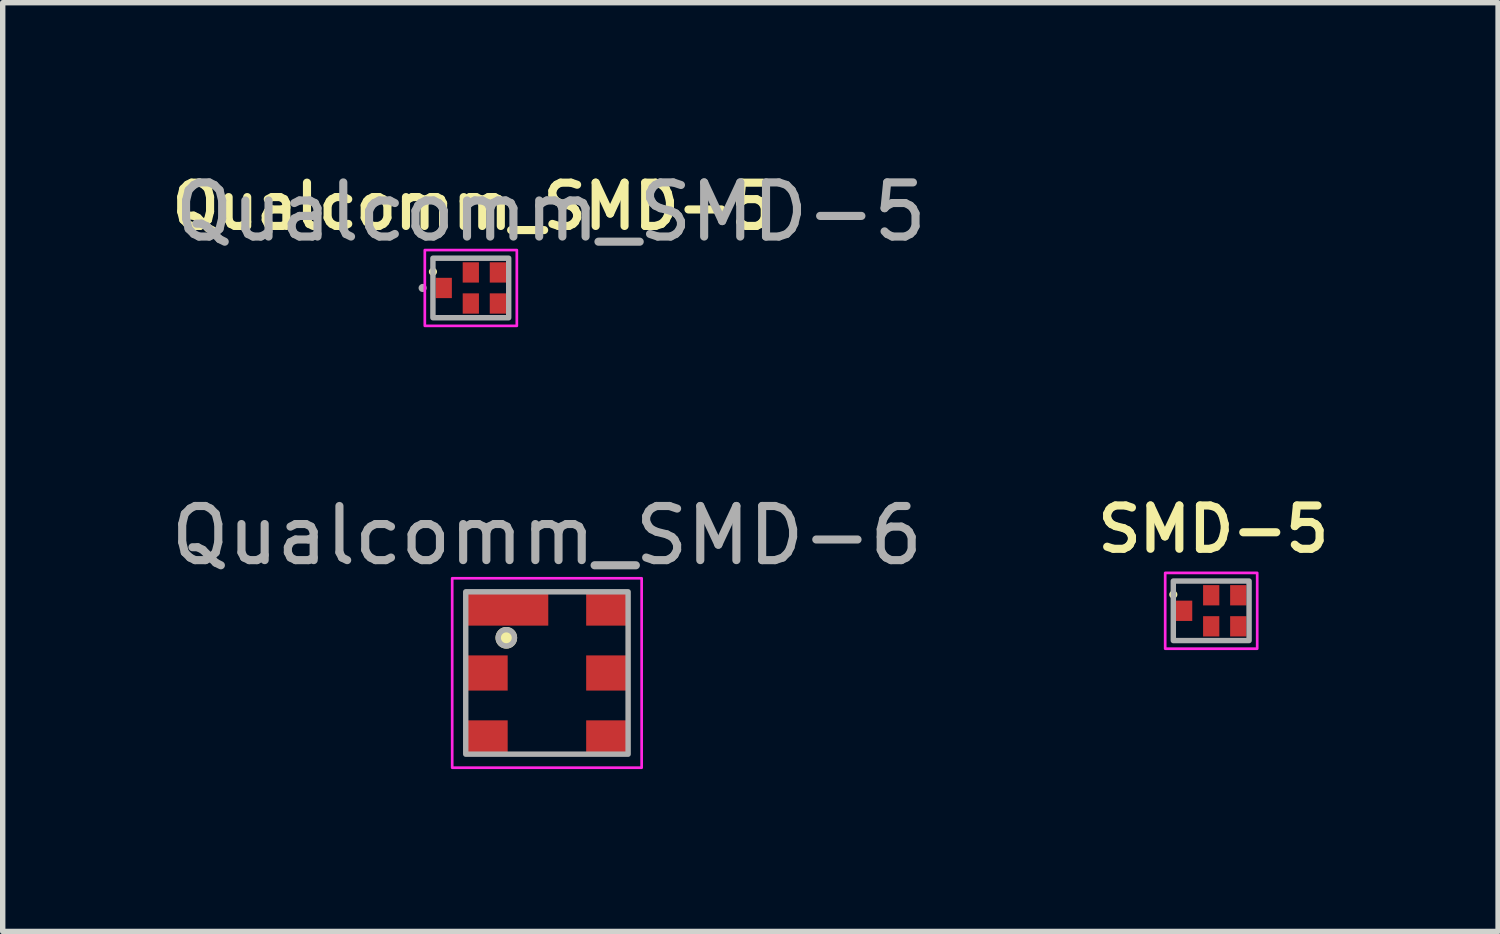
<source format=kicad_pcb>
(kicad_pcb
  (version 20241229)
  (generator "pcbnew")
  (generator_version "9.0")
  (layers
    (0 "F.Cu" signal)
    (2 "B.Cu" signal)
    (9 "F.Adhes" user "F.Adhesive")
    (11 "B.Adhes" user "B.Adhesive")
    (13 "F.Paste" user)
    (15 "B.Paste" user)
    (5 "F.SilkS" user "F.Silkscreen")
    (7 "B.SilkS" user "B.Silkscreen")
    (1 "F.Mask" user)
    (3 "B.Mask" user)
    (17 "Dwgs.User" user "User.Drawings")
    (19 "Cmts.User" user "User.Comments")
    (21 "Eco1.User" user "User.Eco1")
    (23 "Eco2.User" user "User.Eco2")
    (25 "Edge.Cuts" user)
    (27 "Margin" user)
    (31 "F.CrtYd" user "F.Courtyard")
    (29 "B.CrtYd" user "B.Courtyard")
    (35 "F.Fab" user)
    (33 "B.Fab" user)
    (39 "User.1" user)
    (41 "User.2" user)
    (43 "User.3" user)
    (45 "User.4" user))
  (footprint "SMD-5"
    (layer "F.Cu")
    (at 19.326 8.234)
    (property "Reference" "SMD-5" (at 0.04 -1.508 0) (layer "F.SilkS") (effects (font (size 0.8 0.8) (thickness 0.15))))
    (attr smd)
    (fp_line (start -0.7 -0.3) (end -0.7 -0.3) (stroke (width 0.15) (type default)) (layer "F.SilkS"))
    (fp_poly (pts (xy 0.85 -0.7) (xy -0.85 -0.7) (xy -0.85 0.7) (xy 0.85 0.7)) (stroke (width 0.05) (type solid)) (fill no) (layer "F.CrtYd"))
    (fp_poly (pts (xy -0.7 0.55) (xy -0.7 -0.55) (xy 0.7 -0.55) (xy 0.7 0.55)) (stroke (width 0.1) (type solid)) (fill no) (layer "F.Fab"))
    (pad "1" smd rect (at -0.5 0) (size 0.3 0.375) (layers "F.Cu" "F.Mask" "F.Paste"))
    (pad "2" smd rect (at 0 0.287) (size 0.3 0.375) (layers "F.Cu" "F.Mask" "F.Paste"))
    (pad "3" smd rect (at 0.5 0.287) (size 0.3 0.375) (layers "F.Cu" "F.Mask" "F.Paste"))
    (pad "4" smd rect (at 0.5 -0.287) (size 0.3 0.375) (layers "F.Cu" "F.Mask" "F.Paste"))
    (pad "5" smd rect (at 0 -0.287) (size 0.3 0.375) (layers "F.Cu" "F.Mask" "F.Paste")))
  (footprint "Qualcomm_SMD-6"
    (layer "F.Cu")
    (at 7.054 9.383)
    (property "Reference" "Qualcomm_SMD-6" (at 0 -2.54 0) (unlocked yes) (layer "F.SilkS") (effects (font (size 1 1) (thickness 0.1))))
    (attr smd)
    (fp_circle (center -0.75 -0.65) (end -0.6 -0.65) (stroke (width 0.1) (type solid)) (fill yes) (layer "F.SilkS"))
    (fp_rect (start -1.75 -1.75) (end 1.75 1.75) (stroke (width 0.05) (type default)) (fill no) (layer "F.CrtYd"))
    (fp_rect (start -1.5 -1.5) (end 1.5 1.5) (stroke (width 0.1) (type default)) (fill no) (layer "F.Fab"))
    (fp_circle (center -0.75 -0.65) (end -0.6 -0.65) (stroke (width 0.1) (type solid)) (fill no) (layer "F.Fab"))
    (fp_text user "${REFERENCE}" (at 0 -2.54 0) (unlocked yes) (layer "F.Fab") (effects (font (size 1 1) (thickness 0.15))))
    (pad "1" smd rect (at -0.75 -1.2) (size 1.55 0.65) (layers "F.Cu" "F.Mask" "F.Paste"))
    (pad "2" smd rect (at -1.125 0) (size 0.8 0.65) (layers "F.Cu" "F.Mask" "F.Paste"))
    (pad "3" smd rect (at -1.125 1.2) (size 0.8 0.65) (layers "F.Cu" "F.Mask" "F.Paste"))
    (pad "4" smd rect (at 1.125 1.2) (size 0.8 0.65) (layers "F.Cu" "F.Mask" "F.Paste"))
    (pad "5" smd rect (at 1.125 0) (size 0.8 0.65) (layers "F.Cu" "F.Mask" "F.Paste"))
    (pad "6" smd rect (at 1.125 -1.2) (size 0.8 0.65) (layers "F.Cu" "F.Mask" "F.Paste")))
  (footprint "Qualcomm_SMD-5"
    (layer "F.Cu")
    (at 5.648 2.27)
    (property "Reference" "Qualcomm_SMD-5" (at 0.04 -1.508 0) (layer "F.SilkS") (effects (font (size 0.8 0.8) (thickness 0.15))))
    (attr smd)
    (fp_line (start -0.7 -0.3) (end -0.7 -0.3) (stroke (width 0.15) (type default)) (layer "F.SilkS"))
    (fp_poly (pts (xy 0.85 -0.7) (xy -0.85 -0.7) (xy -0.85 0.7) (xy 0.85 0.7)) (stroke (width 0.05) (type solid)) (fill no) (layer "F.CrtYd"))
    (fp_line (start -0.89 0) (end -0.89 0) (stroke (width 0.15) (type default)) (layer "F.Fab"))
    (fp_poly (pts (xy -0.7 0.55) (xy -0.7 -0.55) (xy 0.7 -0.55) (xy 0.7 0.55)) (stroke (width 0.1) (type solid)) (fill no) (layer "F.Fab"))
    (fp_text user "${REFERENCE}" (at -5.55 -0.82 0) (unlocked yes) (layer "F.Fab") (effects (font (size 1 1) (thickness 0.15)) (justify left bottom)))
    (pad "1" smd rect (at -0.5 0) (size 0.3 0.375) (layers "F.Cu" "F.Mask" "F.Paste"))
    (pad "2" smd rect (at 0 0.287) (size 0.3 0.375) (layers "F.Cu" "F.Mask" "F.Paste"))
    (pad "3" smd rect (at 0.5 0.287) (size 0.3 0.375) (layers "F.Cu" "F.Mask" "F.Paste"))
    (pad "4" smd rect (at 0.5 -0.287) (size 0.3 0.375) (layers "F.Cu" "F.Mask" "F.Paste"))
    (pad "5" smd rect (at 0 -0.287) (size 0.3 0.375) (layers "F.Cu" "F.Mask" "F.Paste")))
  (gr_rect
    (start -3 -3)
    (end 24.626 14.158)
    (stroke (width 0.1) (type default))
    (fill no)
    (layer "Edge.Cuts")))
</source>
